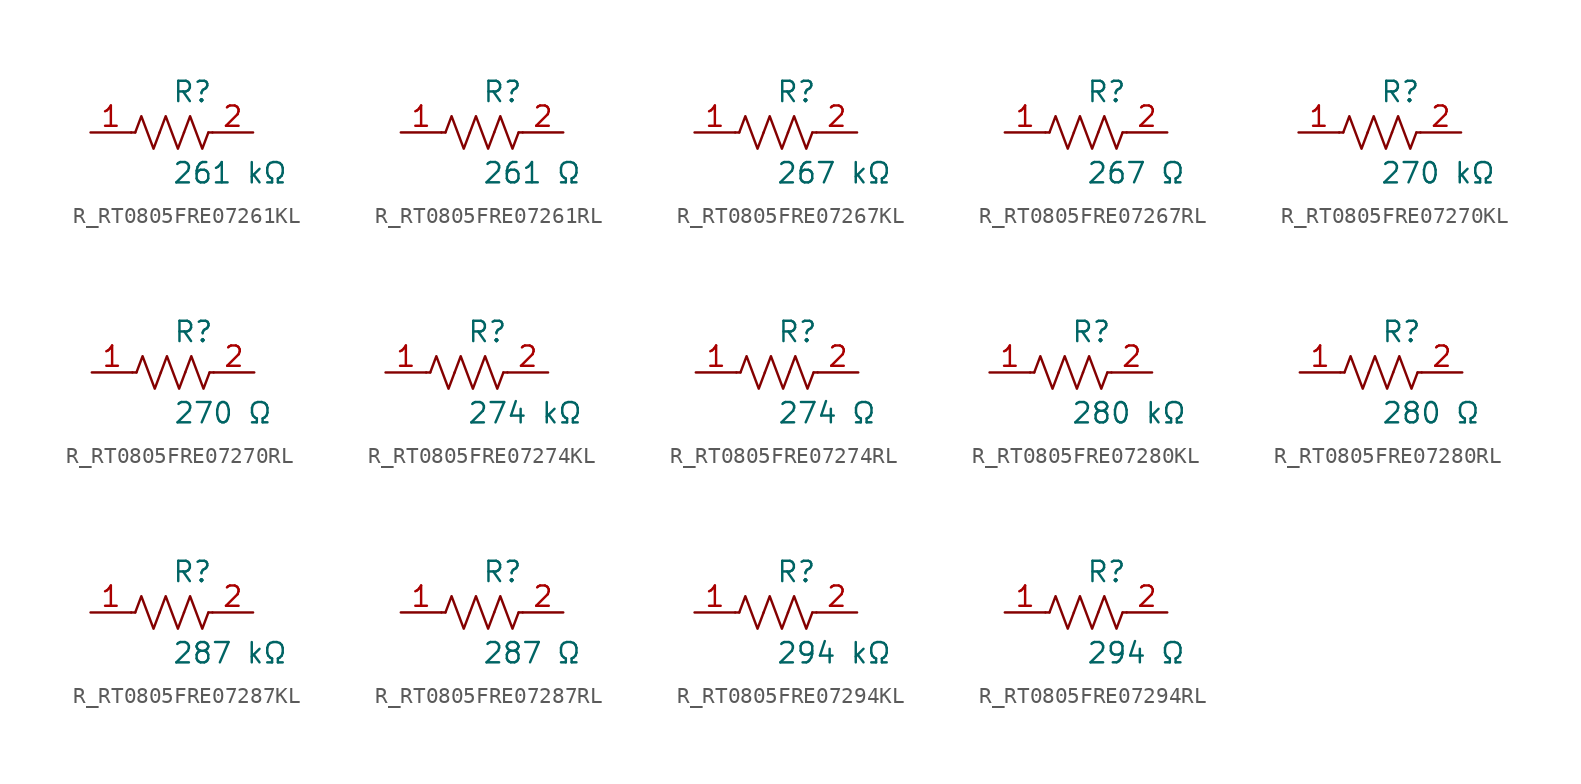
<source format=kicad_sym>
(kicad_symbol_lib
  (version 20231120)
  (generator kicad_symbol_editor)
  (generator_version 8.0)
  (symbol "R_RT0805FRE07261KL"
    (pin_names
      (offset 0.254))
    (property "Reference" "R"
      (at 0 2.54 0)
      (effects (font (size 1.27 1.27)) (justify left)))
    (property "Value" "261 kΩ"
      (at 0 -2.54 0)
      (effects (font (size 1.27 1.27)) (justify left)))
    (symbol "R_RT0805FRE07261KL_0_1"
      (polyline (pts (xy 2.286 0) (xy 2.54 0)) (stroke (width 0) (type default)) (fill (type none)))
      (polyline (pts (xy -2.286 0) (xy -2.54 0)) (stroke (width 0) (type default)) (fill (type none)))
      (polyline (pts (xy 0.762 0) (xy 1.143 1.016) (xy 1.524 0) (xy 1.905 -1.016) (xy 2.286 0)) (stroke (width 0) (type default)) (fill (type none)))
      (polyline (pts (xy -0.762 0) (xy -0.381 1.016) (xy 0 0) (xy 0.381 -1.016) (xy 0.762 0)) (stroke (width 0) (type default)) (fill (type none)))
      (polyline (pts (xy -2.286 0) (xy -1.905 1.016) (xy -1.524 0) (xy -1.143 -1.016) (xy -0.762 0)) (stroke (width 0) (type default)) (fill (type none))))
    (pin passive line
      (at -5.08 0 0)
      (length 2.54)
      (name "" (effects (font (size 1.27 1.27))))
      (number "1" (effects (font (size 1.27 1.27)))))
    (pin passive line
      (at 5.08 0 180)
      (length 2.54)
      (name "" (effects (font (size 1.27 1.27))))
      (number "2" (effects (font (size 1.27 1.27))))))
  (symbol "R_RT0805FRE07261RL"
    (pin_names
      (offset 0.254))
    (property "Reference" "R"
      (at 0 2.54 0)
      (effects (font (size 1.27 1.27)) (justify left)))
    (property "Value" "261 Ω"
      (at 0 -2.54 0)
      (effects (font (size 1.27 1.27)) (justify left)))
    (symbol "R_RT0805FRE07261RL_0_1"
      (polyline (pts (xy 2.286 0) (xy 2.54 0)) (stroke (width 0) (type default)) (fill (type none)))
      (polyline (pts (xy -2.286 0) (xy -2.54 0)) (stroke (width 0) (type default)) (fill (type none)))
      (polyline (pts (xy 0.762 0) (xy 1.143 1.016) (xy 1.524 0) (xy 1.905 -1.016) (xy 2.286 0)) (stroke (width 0) (type default)) (fill (type none)))
      (polyline (pts (xy -0.762 0) (xy -0.381 1.016) (xy 0 0) (xy 0.381 -1.016) (xy 0.762 0)) (stroke (width 0) (type default)) (fill (type none)))
      (polyline (pts (xy -2.286 0) (xy -1.905 1.016) (xy -1.524 0) (xy -1.143 -1.016) (xy -0.762 0)) (stroke (width 0) (type default)) (fill (type none))))
    (pin passive line
      (at -5.08 0 0)
      (length 2.54)
      (name "" (effects (font (size 1.27 1.27))))
      (number "1" (effects (font (size 1.27 1.27)))))
    (pin passive line
      (at 5.08 0 180)
      (length 2.54)
      (name "" (effects (font (size 1.27 1.27))))
      (number "2" (effects (font (size 1.27 1.27))))))
  (symbol "R_RT0805FRE07267KL"
    (pin_names
      (offset 0.254))
    (property "Reference" "R"
      (at 0 2.54 0)
      (effects (font (size 1.27 1.27)) (justify left)))
    (property "Value" "267 kΩ"
      (at 0 -2.54 0)
      (effects (font (size 1.27 1.27)) (justify left)))
    (symbol "R_RT0805FRE07267KL_0_1"
      (polyline (pts (xy 2.286 0) (xy 2.54 0)) (stroke (width 0) (type default)) (fill (type none)))
      (polyline (pts (xy -2.286 0) (xy -2.54 0)) (stroke (width 0) (type default)) (fill (type none)))
      (polyline (pts (xy 0.762 0) (xy 1.143 1.016) (xy 1.524 0) (xy 1.905 -1.016) (xy 2.286 0)) (stroke (width 0) (type default)) (fill (type none)))
      (polyline (pts (xy -0.762 0) (xy -0.381 1.016) (xy 0 0) (xy 0.381 -1.016) (xy 0.762 0)) (stroke (width 0) (type default)) (fill (type none)))
      (polyline (pts (xy -2.286 0) (xy -1.905 1.016) (xy -1.524 0) (xy -1.143 -1.016) (xy -0.762 0)) (stroke (width 0) (type default)) (fill (type none))))
    (pin passive line
      (at -5.08 0 0)
      (length 2.54)
      (name "" (effects (font (size 1.27 1.27))))
      (number "1" (effects (font (size 1.27 1.27)))))
    (pin passive line
      (at 5.08 0 180)
      (length 2.54)
      (name "" (effects (font (size 1.27 1.27))))
      (number "2" (effects (font (size 1.27 1.27))))))
  (symbol "R_RT0805FRE07267RL"
    (pin_names
      (offset 0.254))
    (property "Reference" "R"
      (at 0 2.54 0)
      (effects (font (size 1.27 1.27)) (justify left)))
    (property "Value" "267 Ω"
      (at 0 -2.54 0)
      (effects (font (size 1.27 1.27)) (justify left)))
    (symbol "R_RT0805FRE07267RL_0_1"
      (polyline (pts (xy 2.286 0) (xy 2.54 0)) (stroke (width 0) (type default)) (fill (type none)))
      (polyline (pts (xy -2.286 0) (xy -2.54 0)) (stroke (width 0) (type default)) (fill (type none)))
      (polyline (pts (xy 0.762 0) (xy 1.143 1.016) (xy 1.524 0) (xy 1.905 -1.016) (xy 2.286 0)) (stroke (width 0) (type default)) (fill (type none)))
      (polyline (pts (xy -0.762 0) (xy -0.381 1.016) (xy 0 0) (xy 0.381 -1.016) (xy 0.762 0)) (stroke (width 0) (type default)) (fill (type none)))
      (polyline (pts (xy -2.286 0) (xy -1.905 1.016) (xy -1.524 0) (xy -1.143 -1.016) (xy -0.762 0)) (stroke (width 0) (type default)) (fill (type none))))
    (pin passive line
      (at -5.08 0 0)
      (length 2.54)
      (name "" (effects (font (size 1.27 1.27))))
      (number "1" (effects (font (size 1.27 1.27)))))
    (pin passive line
      (at 5.08 0 180)
      (length 2.54)
      (name "" (effects (font (size 1.27 1.27))))
      (number "2" (effects (font (size 1.27 1.27))))))
  (symbol "R_RT0805FRE07270KL"
    (pin_names
      (offset 0.254))
    (property "Reference" "R"
      (at 0 2.54 0)
      (effects (font (size 1.27 1.27)) (justify left)))
    (property "Value" "270 kΩ"
      (at 0 -2.54 0)
      (effects (font (size 1.27 1.27)) (justify left)))
    (symbol "R_RT0805FRE07270KL_0_1"
      (polyline (pts (xy 2.286 0) (xy 2.54 0)) (stroke (width 0) (type default)) (fill (type none)))
      (polyline (pts (xy -2.286 0) (xy -2.54 0)) (stroke (width 0) (type default)) (fill (type none)))
      (polyline (pts (xy 0.762 0) (xy 1.143 1.016) (xy 1.524 0) (xy 1.905 -1.016) (xy 2.286 0)) (stroke (width 0) (type default)) (fill (type none)))
      (polyline (pts (xy -0.762 0) (xy -0.381 1.016) (xy 0 0) (xy 0.381 -1.016) (xy 0.762 0)) (stroke (width 0) (type default)) (fill (type none)))
      (polyline (pts (xy -2.286 0) (xy -1.905 1.016) (xy -1.524 0) (xy -1.143 -1.016) (xy -0.762 0)) (stroke (width 0) (type default)) (fill (type none))))
    (pin passive line
      (at -5.08 0 0)
      (length 2.54)
      (name "" (effects (font (size 1.27 1.27))))
      (number "1" (effects (font (size 1.27 1.27)))))
    (pin passive line
      (at 5.08 0 180)
      (length 2.54)
      (name "" (effects (font (size 1.27 1.27))))
      (number "2" (effects (font (size 1.27 1.27))))))
  (symbol "R_RT0805FRE07270RL"
    (pin_names
      (offset 0.254))
    (property "Reference" "R"
      (at 0 2.54 0)
      (effects (font (size 1.27 1.27)) (justify left)))
    (property "Value" "270 Ω"
      (at 0 -2.54 0)
      (effects (font (size 1.27 1.27)) (justify left)))
    (symbol "R_RT0805FRE07270RL_0_1"
      (polyline (pts (xy 2.286 0) (xy 2.54 0)) (stroke (width 0) (type default)) (fill (type none)))
      (polyline (pts (xy -2.286 0) (xy -2.54 0)) (stroke (width 0) (type default)) (fill (type none)))
      (polyline (pts (xy 0.762 0) (xy 1.143 1.016) (xy 1.524 0) (xy 1.905 -1.016) (xy 2.286 0)) (stroke (width 0) (type default)) (fill (type none)))
      (polyline (pts (xy -0.762 0) (xy -0.381 1.016) (xy 0 0) (xy 0.381 -1.016) (xy 0.762 0)) (stroke (width 0) (type default)) (fill (type none)))
      (polyline (pts (xy -2.286 0) (xy -1.905 1.016) (xy -1.524 0) (xy -1.143 -1.016) (xy -0.762 0)) (stroke (width 0) (type default)) (fill (type none))))
    (pin passive line
      (at -5.08 0 0)
      (length 2.54)
      (name "" (effects (font (size 1.27 1.27))))
      (number "1" (effects (font (size 1.27 1.27)))))
    (pin passive line
      (at 5.08 0 180)
      (length 2.54)
      (name "" (effects (font (size 1.27 1.27))))
      (number "2" (effects (font (size 1.27 1.27))))))
  (symbol "R_RT0805FRE07274KL"
    (pin_names
      (offset 0.254))
    (property "Reference" "R"
      (at 0 2.54 0)
      (effects (font (size 1.27 1.27)) (justify left)))
    (property "Value" "274 kΩ"
      (at 0 -2.54 0)
      (effects (font (size 1.27 1.27)) (justify left)))
    (symbol "R_RT0805FRE07274KL_0_1"
      (polyline (pts (xy 2.286 0) (xy 2.54 0)) (stroke (width 0) (type default)) (fill (type none)))
      (polyline (pts (xy -2.286 0) (xy -2.54 0)) (stroke (width 0) (type default)) (fill (type none)))
      (polyline (pts (xy 0.762 0) (xy 1.143 1.016) (xy 1.524 0) (xy 1.905 -1.016) (xy 2.286 0)) (stroke (width 0) (type default)) (fill (type none)))
      (polyline (pts (xy -0.762 0) (xy -0.381 1.016) (xy 0 0) (xy 0.381 -1.016) (xy 0.762 0)) (stroke (width 0) (type default)) (fill (type none)))
      (polyline (pts (xy -2.286 0) (xy -1.905 1.016) (xy -1.524 0) (xy -1.143 -1.016) (xy -0.762 0)) (stroke (width 0) (type default)) (fill (type none))))
    (pin passive line
      (at -5.08 0 0)
      (length 2.54)
      (name "" (effects (font (size 1.27 1.27))))
      (number "1" (effects (font (size 1.27 1.27)))))
    (pin passive line
      (at 5.08 0 180)
      (length 2.54)
      (name "" (effects (font (size 1.27 1.27))))
      (number "2" (effects (font (size 1.27 1.27))))))
  (symbol "R_RT0805FRE07274RL"
    (pin_names
      (offset 0.254))
    (property "Reference" "R"
      (at 0 2.54 0)
      (effects (font (size 1.27 1.27)) (justify left)))
    (property "Value" "274 Ω"
      (at 0 -2.54 0)
      (effects (font (size 1.27 1.27)) (justify left)))
    (symbol "R_RT0805FRE07274RL_0_1"
      (polyline (pts (xy 2.286 0) (xy 2.54 0)) (stroke (width 0) (type default)) (fill (type none)))
      (polyline (pts (xy -2.286 0) (xy -2.54 0)) (stroke (width 0) (type default)) (fill (type none)))
      (polyline (pts (xy 0.762 0) (xy 1.143 1.016) (xy 1.524 0) (xy 1.905 -1.016) (xy 2.286 0)) (stroke (width 0) (type default)) (fill (type none)))
      (polyline (pts (xy -0.762 0) (xy -0.381 1.016) (xy 0 0) (xy 0.381 -1.016) (xy 0.762 0)) (stroke (width 0) (type default)) (fill (type none)))
      (polyline (pts (xy -2.286 0) (xy -1.905 1.016) (xy -1.524 0) (xy -1.143 -1.016) (xy -0.762 0)) (stroke (width 0) (type default)) (fill (type none))))
    (pin passive line
      (at -5.08 0 0)
      (length 2.54)
      (name "" (effects (font (size 1.27 1.27))))
      (number "1" (effects (font (size 1.27 1.27)))))
    (pin passive line
      (at 5.08 0 180)
      (length 2.54)
      (name "" (effects (font (size 1.27 1.27))))
      (number "2" (effects (font (size 1.27 1.27))))))
  (symbol "R_RT0805FRE07280KL"
    (pin_names
      (offset 0.254))
    (property "Reference" "R"
      (at 0 2.54 0)
      (effects (font (size 1.27 1.27)) (justify left)))
    (property "Value" "280 kΩ"
      (at 0 -2.54 0)
      (effects (font (size 1.27 1.27)) (justify left)))
    (symbol "R_RT0805FRE07280KL_0_1"
      (polyline (pts (xy 2.286 0) (xy 2.54 0)) (stroke (width 0) (type default)) (fill (type none)))
      (polyline (pts (xy -2.286 0) (xy -2.54 0)) (stroke (width 0) (type default)) (fill (type none)))
      (polyline (pts (xy 0.762 0) (xy 1.143 1.016) (xy 1.524 0) (xy 1.905 -1.016) (xy 2.286 0)) (stroke (width 0) (type default)) (fill (type none)))
      (polyline (pts (xy -0.762 0) (xy -0.381 1.016) (xy 0 0) (xy 0.381 -1.016) (xy 0.762 0)) (stroke (width 0) (type default)) (fill (type none)))
      (polyline (pts (xy -2.286 0) (xy -1.905 1.016) (xy -1.524 0) (xy -1.143 -1.016) (xy -0.762 0)) (stroke (width 0) (type default)) (fill (type none))))
    (pin passive line
      (at -5.08 0 0)
      (length 2.54)
      (name "" (effects (font (size 1.27 1.27))))
      (number "1" (effects (font (size 1.27 1.27)))))
    (pin passive line
      (at 5.08 0 180)
      (length 2.54)
      (name "" (effects (font (size 1.27 1.27))))
      (number "2" (effects (font (size 1.27 1.27))))))
  (symbol "R_RT0805FRE07280RL"
    (pin_names
      (offset 0.254))
    (property "Reference" "R"
      (at 0 2.54 0)
      (effects (font (size 1.27 1.27)) (justify left)))
    (property "Value" "280 Ω"
      (at 0 -2.54 0)
      (effects (font (size 1.27 1.27)) (justify left)))
    (symbol "R_RT0805FRE07280RL_0_1"
      (polyline (pts (xy 2.286 0) (xy 2.54 0)) (stroke (width 0) (type default)) (fill (type none)))
      (polyline (pts (xy -2.286 0) (xy -2.54 0)) (stroke (width 0) (type default)) (fill (type none)))
      (polyline (pts (xy 0.762 0) (xy 1.143 1.016) (xy 1.524 0) (xy 1.905 -1.016) (xy 2.286 0)) (stroke (width 0) (type default)) (fill (type none)))
      (polyline (pts (xy -0.762 0) (xy -0.381 1.016) (xy 0 0) (xy 0.381 -1.016) (xy 0.762 0)) (stroke (width 0) (type default)) (fill (type none)))
      (polyline (pts (xy -2.286 0) (xy -1.905 1.016) (xy -1.524 0) (xy -1.143 -1.016) (xy -0.762 0)) (stroke (width 0) (type default)) (fill (type none))))
    (pin passive line
      (at -5.08 0 0)
      (length 2.54)
      (name "" (effects (font (size 1.27 1.27))))
      (number "1" (effects (font (size 1.27 1.27)))))
    (pin passive line
      (at 5.08 0 180)
      (length 2.54)
      (name "" (effects (font (size 1.27 1.27))))
      (number "2" (effects (font (size 1.27 1.27))))))
  (symbol "R_RT0805FRE07287KL"
    (pin_names
      (offset 0.254))
    (property "Reference" "R"
      (at 0 2.54 0)
      (effects (font (size 1.27 1.27)) (justify left)))
    (property "Value" "287 kΩ"
      (at 0 -2.54 0)
      (effects (font (size 1.27 1.27)) (justify left)))
    (symbol "R_RT0805FRE07287KL_0_1"
      (polyline (pts (xy 2.286 0) (xy 2.54 0)) (stroke (width 0) (type default)) (fill (type none)))
      (polyline (pts (xy -2.286 0) (xy -2.54 0)) (stroke (width 0) (type default)) (fill (type none)))
      (polyline (pts (xy 0.762 0) (xy 1.143 1.016) (xy 1.524 0) (xy 1.905 -1.016) (xy 2.286 0)) (stroke (width 0) (type default)) (fill (type none)))
      (polyline (pts (xy -0.762 0) (xy -0.381 1.016) (xy 0 0) (xy 0.381 -1.016) (xy 0.762 0)) (stroke (width 0) (type default)) (fill (type none)))
      (polyline (pts (xy -2.286 0) (xy -1.905 1.016) (xy -1.524 0) (xy -1.143 -1.016) (xy -0.762 0)) (stroke (width 0) (type default)) (fill (type none))))
    (pin passive line
      (at -5.08 0 0)
      (length 2.54)
      (name "" (effects (font (size 1.27 1.27))))
      (number "1" (effects (font (size 1.27 1.27)))))
    (pin passive line
      (at 5.08 0 180)
      (length 2.54)
      (name "" (effects (font (size 1.27 1.27))))
      (number "2" (effects (font (size 1.27 1.27))))))
  (symbol "R_RT0805FRE07287RL"
    (pin_names
      (offset 0.254))
    (property "Reference" "R"
      (at 0 2.54 0)
      (effects (font (size 1.27 1.27)) (justify left)))
    (property "Value" "287 Ω"
      (at 0 -2.54 0)
      (effects (font (size 1.27 1.27)) (justify left)))
    (symbol "R_RT0805FRE07287RL_0_1"
      (polyline (pts (xy 2.286 0) (xy 2.54 0)) (stroke (width 0) (type default)) (fill (type none)))
      (polyline (pts (xy -2.286 0) (xy -2.54 0)) (stroke (width 0) (type default)) (fill (type none)))
      (polyline (pts (xy 0.762 0) (xy 1.143 1.016) (xy 1.524 0) (xy 1.905 -1.016) (xy 2.286 0)) (stroke (width 0) (type default)) (fill (type none)))
      (polyline (pts (xy -0.762 0) (xy -0.381 1.016) (xy 0 0) (xy 0.381 -1.016) (xy 0.762 0)) (stroke (width 0) (type default)) (fill (type none)))
      (polyline (pts (xy -2.286 0) (xy -1.905 1.016) (xy -1.524 0) (xy -1.143 -1.016) (xy -0.762 0)) (stroke (width 0) (type default)) (fill (type none))))
    (pin passive line
      (at -5.08 0 0)
      (length 2.54)
      (name "" (effects (font (size 1.27 1.27))))
      (number "1" (effects (font (size 1.27 1.27)))))
    (pin passive line
      (at 5.08 0 180)
      (length 2.54)
      (name "" (effects (font (size 1.27 1.27))))
      (number "2" (effects (font (size 1.27 1.27))))))
  (symbol "R_RT0805FRE07294KL"
    (pin_names
      (offset 0.254))
    (property "Reference" "R"
      (at 0 2.54 0)
      (effects (font (size 1.27 1.27)) (justify left)))
    (property "Value" "294 kΩ"
      (at 0 -2.54 0)
      (effects (font (size 1.27 1.27)) (justify left)))
    (symbol "R_RT0805FRE07294KL_0_1"
      (polyline (pts (xy 2.286 0) (xy 2.54 0)) (stroke (width 0) (type default)) (fill (type none)))
      (polyline (pts (xy -2.286 0) (xy -2.54 0)) (stroke (width 0) (type default)) (fill (type none)))
      (polyline (pts (xy 0.762 0) (xy 1.143 1.016) (xy 1.524 0) (xy 1.905 -1.016) (xy 2.286 0)) (stroke (width 0) (type default)) (fill (type none)))
      (polyline (pts (xy -0.762 0) (xy -0.381 1.016) (xy 0 0) (xy 0.381 -1.016) (xy 0.762 0)) (stroke (width 0) (type default)) (fill (type none)))
      (polyline (pts (xy -2.286 0) (xy -1.905 1.016) (xy -1.524 0) (xy -1.143 -1.016) (xy -0.762 0)) (stroke (width 0) (type default)) (fill (type none))))
    (pin passive line
      (at -5.08 0 0)
      (length 2.54)
      (name "" (effects (font (size 1.27 1.27))))
      (number "1" (effects (font (size 1.27 1.27)))))
    (pin passive line
      (at 5.08 0 180)
      (length 2.54)
      (name "" (effects (font (size 1.27 1.27))))
      (number "2" (effects (font (size 1.27 1.27))))))
  (symbol "R_RT0805FRE07294RL"
    (pin_names
      (offset 0.254))
    (property "Reference" "R"
      (at 0 2.54 0)
      (effects (font (size 1.27 1.27)) (justify left)))
    (property "Value" "294 Ω"
      (at 0 -2.54 0)
      (effects (font (size 1.27 1.27)) (justify left)))
    (symbol "R_RT0805FRE07294RL_0_1"
      (polyline (pts (xy 2.286 0) (xy 2.54 0)) (stroke (width 0) (type default)) (fill (type none)))
      (polyline (pts (xy -2.286 0) (xy -2.54 0)) (stroke (width 0) (type default)) (fill (type none)))
      (polyline (pts (xy 0.762 0) (xy 1.143 1.016) (xy 1.524 0) (xy 1.905 -1.016) (xy 2.286 0)) (stroke (width 0) (type default)) (fill (type none)))
      (polyline (pts (xy -0.762 0) (xy -0.381 1.016) (xy 0 0) (xy 0.381 -1.016) (xy 0.762 0)) (stroke (width 0) (type default)) (fill (type none)))
      (polyline (pts (xy -2.286 0) (xy -1.905 1.016) (xy -1.524 0) (xy -1.143 -1.016) (xy -0.762 0)) (stroke (width 0) (type default)) (fill (type none))))
    (pin passive line
      (at -5.08 0 0)
      (length 2.54)
      (name "" (effects (font (size 1.27 1.27))))
      (number "1" (effects (font (size 1.27 1.27)))))
    (pin passive line
      (at 5.08 0 180)
      (length 2.54)
      (name "" (effects (font (size 1.27 1.27))))
      (number "2" (effects (font (size 1.27 1.27)))))))
</source>
